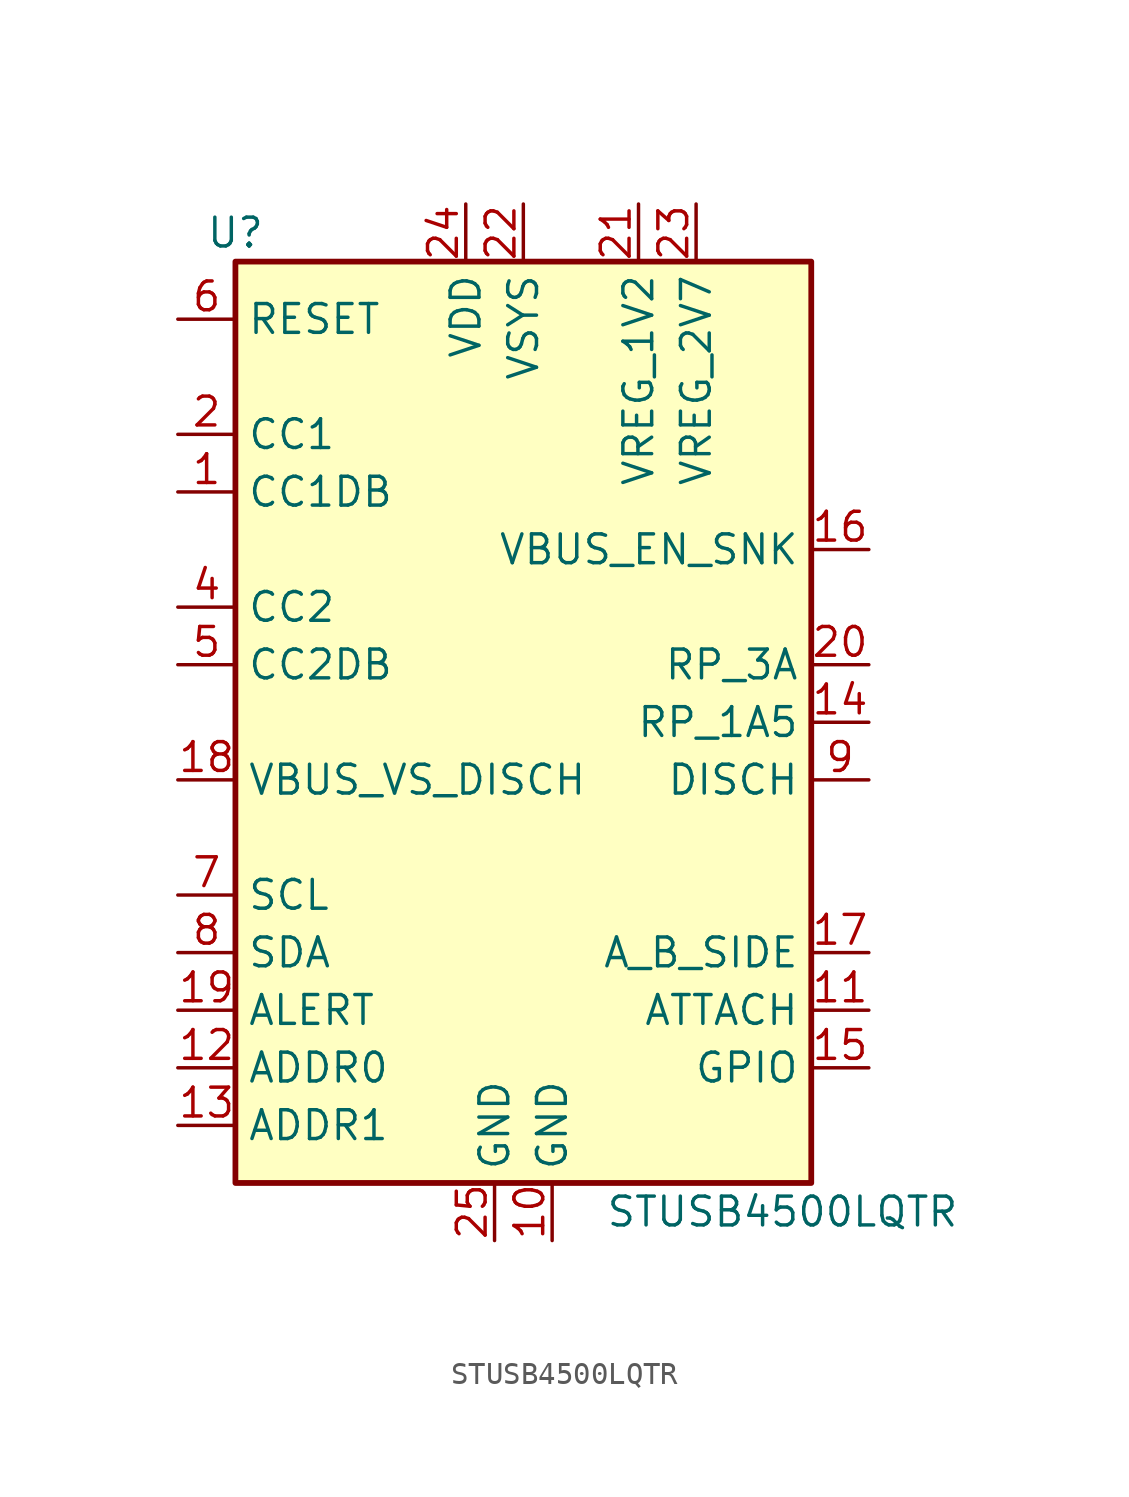
<source format=kicad_sym>
(kicad_symbol_lib
  (version 20220914)
  (generator kicad_symbol_editor)
  (symbol "STUSB4500LQTR"
    (property "Reference" "U"
      (at -12.7 21.59 0)
      (effects (font (size 1.27 1.27))))
    (property "Value" "STUSB4500LQTR"
      (at 11.43 -21.59 0)
      (effects (font (size 1.27 1.27))))
    (symbol "STUSB4500LQTR_0_1"
      (rectangle (start -12.7 20.32) (end 12.7 -20.32) (stroke (width 0.254) (type default)) (fill (type background))))
    (symbol "STUSB4500LQTR_1_1"
      (pin bidirectional line (at -15.24 10.16 0) (length 2.54) (name "CC1DB" (effects (font (size 1.27 1.27)))) (number "1" (effects (font (size 1.27 1.27)))))
      (pin power_in line (at 1.27 -22.86 90) (length 2.54) (name "GND" (effects (font (size 1.27 1.27)))) (number "10" (effects (font (size 1.27 1.27)))))
      (pin open_collector line (at 15.24 -12.7 180) (length 2.54) (name "ATTACH" (effects (font (size 1.27 1.27)))) (number "11" (effects (font (size 1.27 1.27)))))
      (pin input line (at -15.24 -15.24 0) (length 2.54) (name "ADDR0" (effects (font (size 1.27 1.27)))) (number "12" (effects (font (size 1.27 1.27)))))
      (pin input line (at -15.24 -17.78 0) (length 2.54) (name "ADDR1" (effects (font (size 1.27 1.27)))) (number "13" (effects (font (size 1.27 1.27)))))
      (pin open_collector line (at 15.24 0 180) (length 2.54) (name "RP_1A5" (effects (font (size 1.27 1.27)))) (number "14" (effects (font (size 1.27 1.27)))))
      (pin open_collector line (at 15.24 -15.24 180) (length 2.54) (name "GPIO" (effects (font (size 1.27 1.27)))) (number "15" (effects (font (size 1.27 1.27)))))
      (pin open_collector line (at 15.24 7.62 180) (length 2.54) (name "VBUS_EN_SNK" (effects (font (size 1.27 1.27)))) (number "16" (effects (font (size 1.27 1.27)))))
      (pin open_collector line (at 15.24 -10.16 180) (length 2.54) (name "A_B_SIDE" (effects (font (size 1.27 1.27)))) (number "17" (effects (font (size 1.27 1.27)))))
      (pin input line (at -15.24 -2.54 0) (length 2.54) (name "VBUS_VS_DISCH" (effects (font (size 1.27 1.27)))) (number "18" (effects (font (size 1.27 1.27)))))
      (pin open_collector line (at -15.24 -12.7 0) (length 2.54) (name "ALERT" (effects (font (size 1.27 1.27)))) (number "19" (effects (font (size 1.27 1.27)))))
      (pin bidirectional line (at -15.24 12.7 0) (length 2.54) (name "CC1" (effects (font (size 1.27 1.27)))) (number "2" (effects (font (size 1.27 1.27)))))
      (pin open_collector line (at 15.24 2.54 180) (length 2.54) (name "RP_3A" (effects (font (size 1.27 1.27)))) (number "20" (effects (font (size 1.27 1.27)))))
      (pin power_out line (at 5.08 22.86 270) (length 2.54) (name "VREG_1V2" (effects (font (size 1.27 1.27)))) (number "21" (effects (font (size 1.27 1.27)))))
      (pin power_in line (at 0 22.86 270) (length 2.54) (name "VSYS" (effects (font (size 1.27 1.27)))) (number "22" (effects (font (size 1.27 1.27)))))
      (pin power_out line (at 7.62 22.86 270) (length 2.54) (name "VREG_2V7" (effects (font (size 1.27 1.27)))) (number "23" (effects (font (size 1.27 1.27)))))
      (pin power_in line (at -2.54 22.86 270) (length 2.54) (name "VDD" (effects (font (size 1.27 1.27)))) (number "24" (effects (font (size 1.27 1.27)))))
      (pin power_in line (at -1.27 -22.86 90) (length 2.54) (name "GND" (effects (font (size 1.27 1.27)))) (number "25" (effects (font (size 1.27 1.27)))))
      (pin no_connect line (at 1.27 3.81 0) (length 2.54) hide (name "NC" (effects (font (size 1.27 1.27)))) (number "3" (effects (font (size 1.27 1.27)))))
      (pin bidirectional line (at -15.24 5.08 0) (length 2.54) (name "CC2" (effects (font (size 1.27 1.27)))) (number "4" (effects (font (size 1.27 1.27)))))
      (pin bidirectional line (at -15.24 2.54 0) (length 2.54) (name "CC2DB" (effects (font (size 1.27 1.27)))) (number "5" (effects (font (size 1.27 1.27)))))
      (pin input line (at -15.24 17.78 0) (length 2.54) (name "RESET" (effects (font (size 1.27 1.27)))) (number "6" (effects (font (size 1.27 1.27)))))
      (pin input line (at -15.24 -7.62 0) (length 2.54) (name "SCL" (effects (font (size 1.27 1.27)))) (number "7" (effects (font (size 1.27 1.27)))))
      (pin bidirectional line (at -15.24 -10.16 0) (length 2.54) (name "SDA" (effects (font (size 1.27 1.27)))) (number "8" (effects (font (size 1.27 1.27)))))
      (pin bidirectional line (at 15.24 -2.54 180) (length 2.54) (name "DISCH" (effects (font (size 1.27 1.27)))) (number "9" (effects (font (size 1.27 1.27))))))))
</source>
